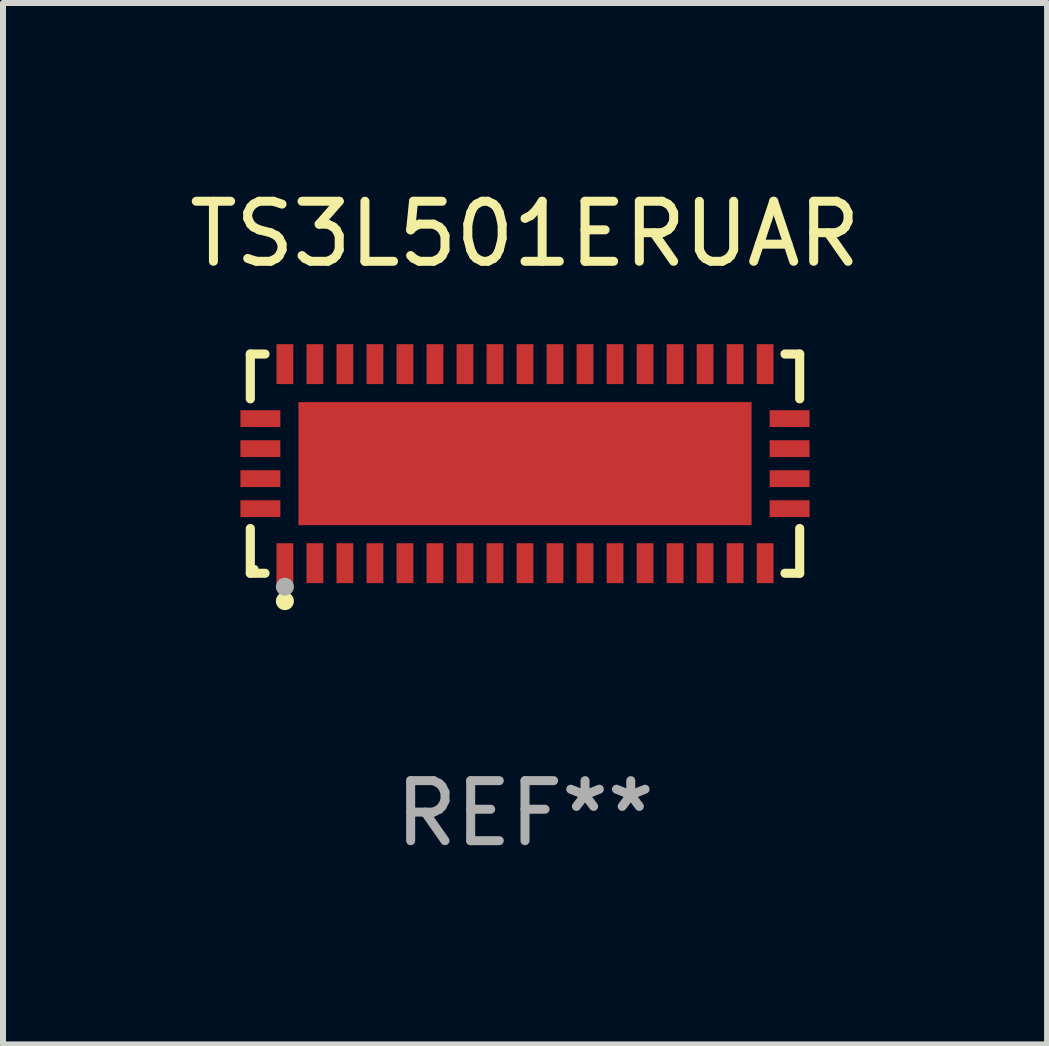
<source format=kicad_pcb>
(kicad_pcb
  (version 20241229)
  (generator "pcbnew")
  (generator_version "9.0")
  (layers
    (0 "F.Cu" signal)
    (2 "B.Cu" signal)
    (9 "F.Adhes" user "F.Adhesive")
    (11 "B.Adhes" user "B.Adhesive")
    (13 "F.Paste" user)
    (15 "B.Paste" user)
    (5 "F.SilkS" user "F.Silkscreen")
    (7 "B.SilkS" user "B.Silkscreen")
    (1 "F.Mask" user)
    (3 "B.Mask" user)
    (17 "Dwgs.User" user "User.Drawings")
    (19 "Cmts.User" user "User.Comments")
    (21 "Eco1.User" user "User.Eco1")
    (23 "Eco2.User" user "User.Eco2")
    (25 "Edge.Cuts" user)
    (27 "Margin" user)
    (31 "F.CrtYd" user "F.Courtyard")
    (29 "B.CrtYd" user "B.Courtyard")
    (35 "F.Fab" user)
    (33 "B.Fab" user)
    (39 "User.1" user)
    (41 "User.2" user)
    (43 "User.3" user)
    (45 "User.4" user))
  (footprint "TS3L501ERUAR"
    (layer "F.Cu")
    (at 5.696 4.674)
    (property "Reference" "TS3L501ERUAR" (at 0 -3.826 0) (layer "F.SilkS") (effects (font (size 1 1) (thickness 0.15))))
    (attr through_hole)
    (fp_line (start -4.576 -1.826) (end -4.331 -1.826) (stroke (width 0.152) (type solid)) (layer "F.SilkS"))
    (fp_line (start -4.576 -1.08) (end -4.576 -1.826) (stroke (width 0.152) (type solid)) (layer "F.SilkS"))
    (fp_line (start -4.576 1.08) (end -4.576 1.826) (stroke (width 0.152) (type solid)) (layer "F.SilkS"))
    (fp_line (start -4.576 1.826) (end -4.331 1.826) (stroke (width 0.152) (type solid)) (layer "F.SilkS"))
    (fp_line (start 4.576 -1.826) (end 4.331 -1.826) (stroke (width 0.152) (type solid)) (layer "F.SilkS"))
    (fp_line (start 4.576 -1.08) (end 4.576 -1.826) (stroke (width 0.152) (type solid)) (layer "F.SilkS"))
    (fp_line (start 4.576 1.08) (end 4.576 1.826) (stroke (width 0.152) (type solid)) (layer "F.SilkS"))
    (fp_line (start 4.576 1.826) (end 4.331 1.826) (stroke (width 0.152) (type solid)) (layer "F.SilkS"))
    (fp_circle (center -4.5 1.75) (end -4.47 1.75) (stroke (width 0.06) (type solid)) (fill no) (layer "F.SilkS"))
    (fp_circle (center -4 2.29) (end -3.925 2.29) (stroke (width 0.15) (type solid)) (fill no) (layer "F.SilkS"))
    (fp_circle (center -4 2.05) (end -3.925 2.05) (stroke (width 0.15) (type solid)) (fill no) (layer "F.Fab"))
    (fp_text user "REF**" (at 0 5.826 0) (layer "F.Fab") (effects (font (size 1 1) (thickness 0.15))))
    (pad "1" smd rect (at -4 1.658) (size 0.28 0.665) (layers "F.Cu" "F.Mask" "F.Paste"))
    (pad "2" smd rect (at -3.5 1.658) (size 0.28 0.665) (layers "F.Cu" "F.Mask" "F.Paste"))
    (pad "3" smd rect (at -3 1.658) (size 0.28 0.665) (layers "F.Cu" "F.Mask" "F.Paste"))
    (pad "4" smd rect (at -2.5 1.658) (size 0.28 0.665) (layers "F.Cu" "F.Mask" "F.Paste"))
    (pad "5" smd rect (at -2 1.658) (size 0.28 0.665) (layers "F.Cu" "F.Mask" "F.Paste"))
    (pad "6" smd rect (at -1.5 1.658) (size 0.28 0.665) (layers "F.Cu" "F.Mask" "F.Paste"))
    (pad "7" smd rect (at -1 1.658) (size 0.28 0.665) (layers "F.Cu" "F.Mask" "F.Paste"))
    (pad "8" smd rect (at -0.5 1.658) (size 0.28 0.665) (layers "F.Cu" "F.Mask" "F.Paste"))
    (pad "9" smd rect (at 0 1.658) (size 0.28 0.665) (layers "F.Cu" "F.Mask" "F.Paste"))
    (pad "10" smd rect (at 0.5 1.658) (size 0.28 0.665) (layers "F.Cu" "F.Mask" "F.Paste"))
    (pad "11" smd rect (at 1 1.658) (size 0.28 0.665) (layers "F.Cu" "F.Mask" "F.Paste"))
    (pad "12" smd rect (at 1.5 1.658) (size 0.28 0.665) (layers "F.Cu" "F.Mask" "F.Paste"))
    (pad "13" smd rect (at 2 1.658) (size 0.28 0.665) (layers "F.Cu" "F.Mask" "F.Paste"))
    (pad "14" smd rect (at 2.5 1.658) (size 0.28 0.665) (layers "F.Cu" "F.Mask" "F.Paste"))
    (pad "15" smd rect (at 3 1.658) (size 0.28 0.665) (layers "F.Cu" "F.Mask" "F.Paste"))
    (pad "16" smd rect (at 3.5 1.658) (size 0.28 0.665) (layers "F.Cu" "F.Mask" "F.Paste"))
    (pad "17" smd rect (at 4 1.658) (size 0.28 0.665) (layers "F.Cu" "F.Mask" "F.Paste"))
    (pad "18" smd rect (at 4.408 0.75) (size 0.665 0.28) (layers "F.Cu" "F.Mask" "F.Paste"))
    (pad "19" smd rect (at 4.408 0.25) (size 0.665 0.28) (layers "F.Cu" "F.Mask" "F.Paste"))
    (pad "20" smd rect (at 4.408 -0.25) (size 0.665 0.28) (layers "F.Cu" "F.Mask" "F.Paste"))
    (pad "21" smd rect (at 4.408 -0.75) (size 0.665 0.28) (layers "F.Cu" "F.Mask" "F.Paste"))
    (pad "22" smd rect (at 4 -1.658) (size 0.28 0.665) (layers "F.Cu" "F.Mask" "F.Paste"))
    (pad "23" smd rect (at 3.5 -1.658) (size 0.28 0.665) (layers "F.Cu" "F.Mask" "F.Paste"))
    (pad "24" smd rect (at 3 -1.658) (size 0.28 0.665) (layers "F.Cu" "F.Mask" "F.Paste"))
    (pad "25" smd rect (at 2.5 -1.658) (size 0.28 0.665) (layers "F.Cu" "F.Mask" "F.Paste"))
    (pad "26" smd rect (at 2 -1.658) (size 0.28 0.665) (layers "F.Cu" "F.Mask" "F.Paste"))
    (pad "27" smd rect (at 1.5 -1.658) (size 0.28 0.665) (layers "F.Cu" "F.Mask" "F.Paste"))
    (pad "28" smd rect (at 1 -1.658) (size 0.28 0.665) (layers "F.Cu" "F.Mask" "F.Paste"))
    (pad "29" smd rect (at 0.5 -1.658) (size 0.28 0.665) (layers "F.Cu" "F.Mask" "F.Paste"))
    (pad "30" smd rect (at 0 -1.658) (size 0.28 0.665) (layers "F.Cu" "F.Mask" "F.Paste"))
    (pad "31" smd rect (at -0.5 -1.658) (size 0.28 0.665) (layers "F.Cu" "F.Mask" "F.Paste"))
    (pad "32" smd rect (at -1 -1.658) (size 0.28 0.665) (layers "F.Cu" "F.Mask" "F.Paste"))
    (pad "33" smd rect (at -1.5 -1.658) (size 0.28 0.665) (layers "F.Cu" "F.Mask" "F.Paste"))
    (pad "34" smd rect (at -2 -1.658) (size 0.28 0.665) (layers "F.Cu" "F.Mask" "F.Paste"))
    (pad "35" smd rect (at -2.5 -1.658) (size 0.28 0.665) (layers "F.Cu" "F.Mask" "F.Paste"))
    (pad "36" smd rect (at -3 -1.658) (size 0.28 0.665) (layers "F.Cu" "F.Mask" "F.Paste"))
    (pad "37" smd rect (at -3.5 -1.658) (size 0.28 0.665) (layers "F.Cu" "F.Mask" "F.Paste"))
    (pad "38" smd rect (at -4 -1.658) (size 0.28 0.665) (layers "F.Cu" "F.Mask" "F.Paste"))
    (pad "39" smd rect (at -4.408 -0.75) (size 0.665 0.28) (layers "F.Cu" "F.Mask" "F.Paste"))
    (pad "40" smd rect (at -4.408 -0.25) (size 0.665 0.28) (layers "F.Cu" "F.Mask" "F.Paste"))
    (pad "41" smd rect (at -4.408 0.25) (size 0.665 0.28) (layers "F.Cu" "F.Mask" "F.Paste"))
    (pad "42" smd rect (at -4.408 0.75) (size 0.665 0.28) (layers "F.Cu" "F.Mask" "F.Paste"))
    (pad "43" smd rect (at 0 0) (size 7.55 2.05) (layers "F.Cu" "F.Mask" "F.Paste")))
  (gr_rect
    (start -3 -3)
    (end 14.393 14.349)
    (stroke (width 0.1) (type default))
    (fill no)
    (layer "Edge.Cuts")))
</source>
